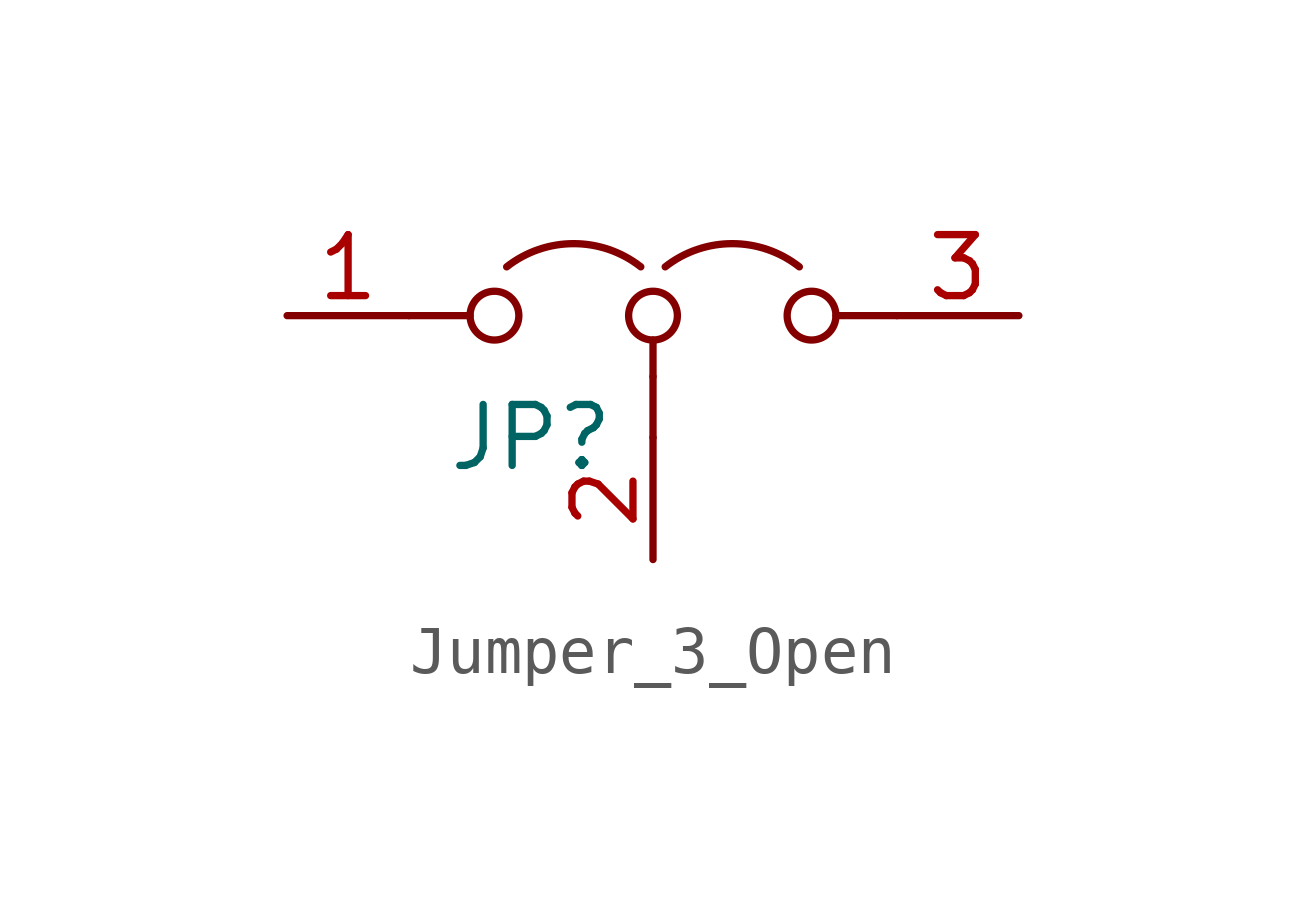
<source format=kicad_sym>
(kicad_symbol_lib
  (version 20231120)
  (generator "kicad_symbol_editor")
  (generator_version "8.0")
  (symbol "Jumper_3_Open"
    (pin_names
      (offset 0) hide)
    (property "Reference" "JP"
      (at -2.54 -2.54 0)
      (effects (font (size 1.27 1.27))))
    (symbol "Jumper_3_Open_0_0"
      (circle (center -3.302 0) (radius 0.508) (stroke (width 0) (type default)) (fill (type none)))
      (circle (center 0 0) (radius 0.508) (stroke (width 0) (type default)) (fill (type none)))
      (circle (center 3.302 0) (radius 0.508) (stroke (width 0) (type default)) (fill (type none))))
    (symbol "Jumper_3_Open_0_1"
      (arc (start -0.254 1.016) (mid -1.651 1.4992) (end -3.048 1.016) (stroke (width 0) (type default)) (fill (type none)))
      (polyline (pts (xy -5.08 0) (xy -3.81 0)) (stroke (width 0) (type default)) (fill (type none)))
      (polyline (pts (xy 0 -1.27) (xy 0 -2.54)) (stroke (width 0) (type default)) (fill (type none)))
      (polyline (pts (xy 0 -0.508) (xy 0 -1.27)) (stroke (width 0) (type default)) (fill (type none)))
      (polyline (pts (xy 5.08 0) (xy 3.81 0)) (stroke (width 0) (type default)) (fill (type none)))
      (arc (start 3.048 1.016) (mid 1.651 1.4992) (end 0.254 1.016) (stroke (width 0) (type default)) (fill (type none))))
    (symbol "Jumper_3_Open_1_1"
      (pin passive line (at -7.62 0 0) (length 2.54) (name "A" (effects (font (size 1.27 1.27)))) (number "1" (effects (font (size 1.27 1.27)))))
      (pin passive line (at 0 -5.08 90) (length 2.54) (name "C" (effects (font (size 1.27 1.27)))) (number "2" (effects (font (size 1.27 1.27)))))
      (pin passive line (at 7.62 0 180) (length 2.54) (name "B" (effects (font (size 1.27 1.27)))) (number "3" (effects (font (size 1.27 1.27))))))))
</source>
